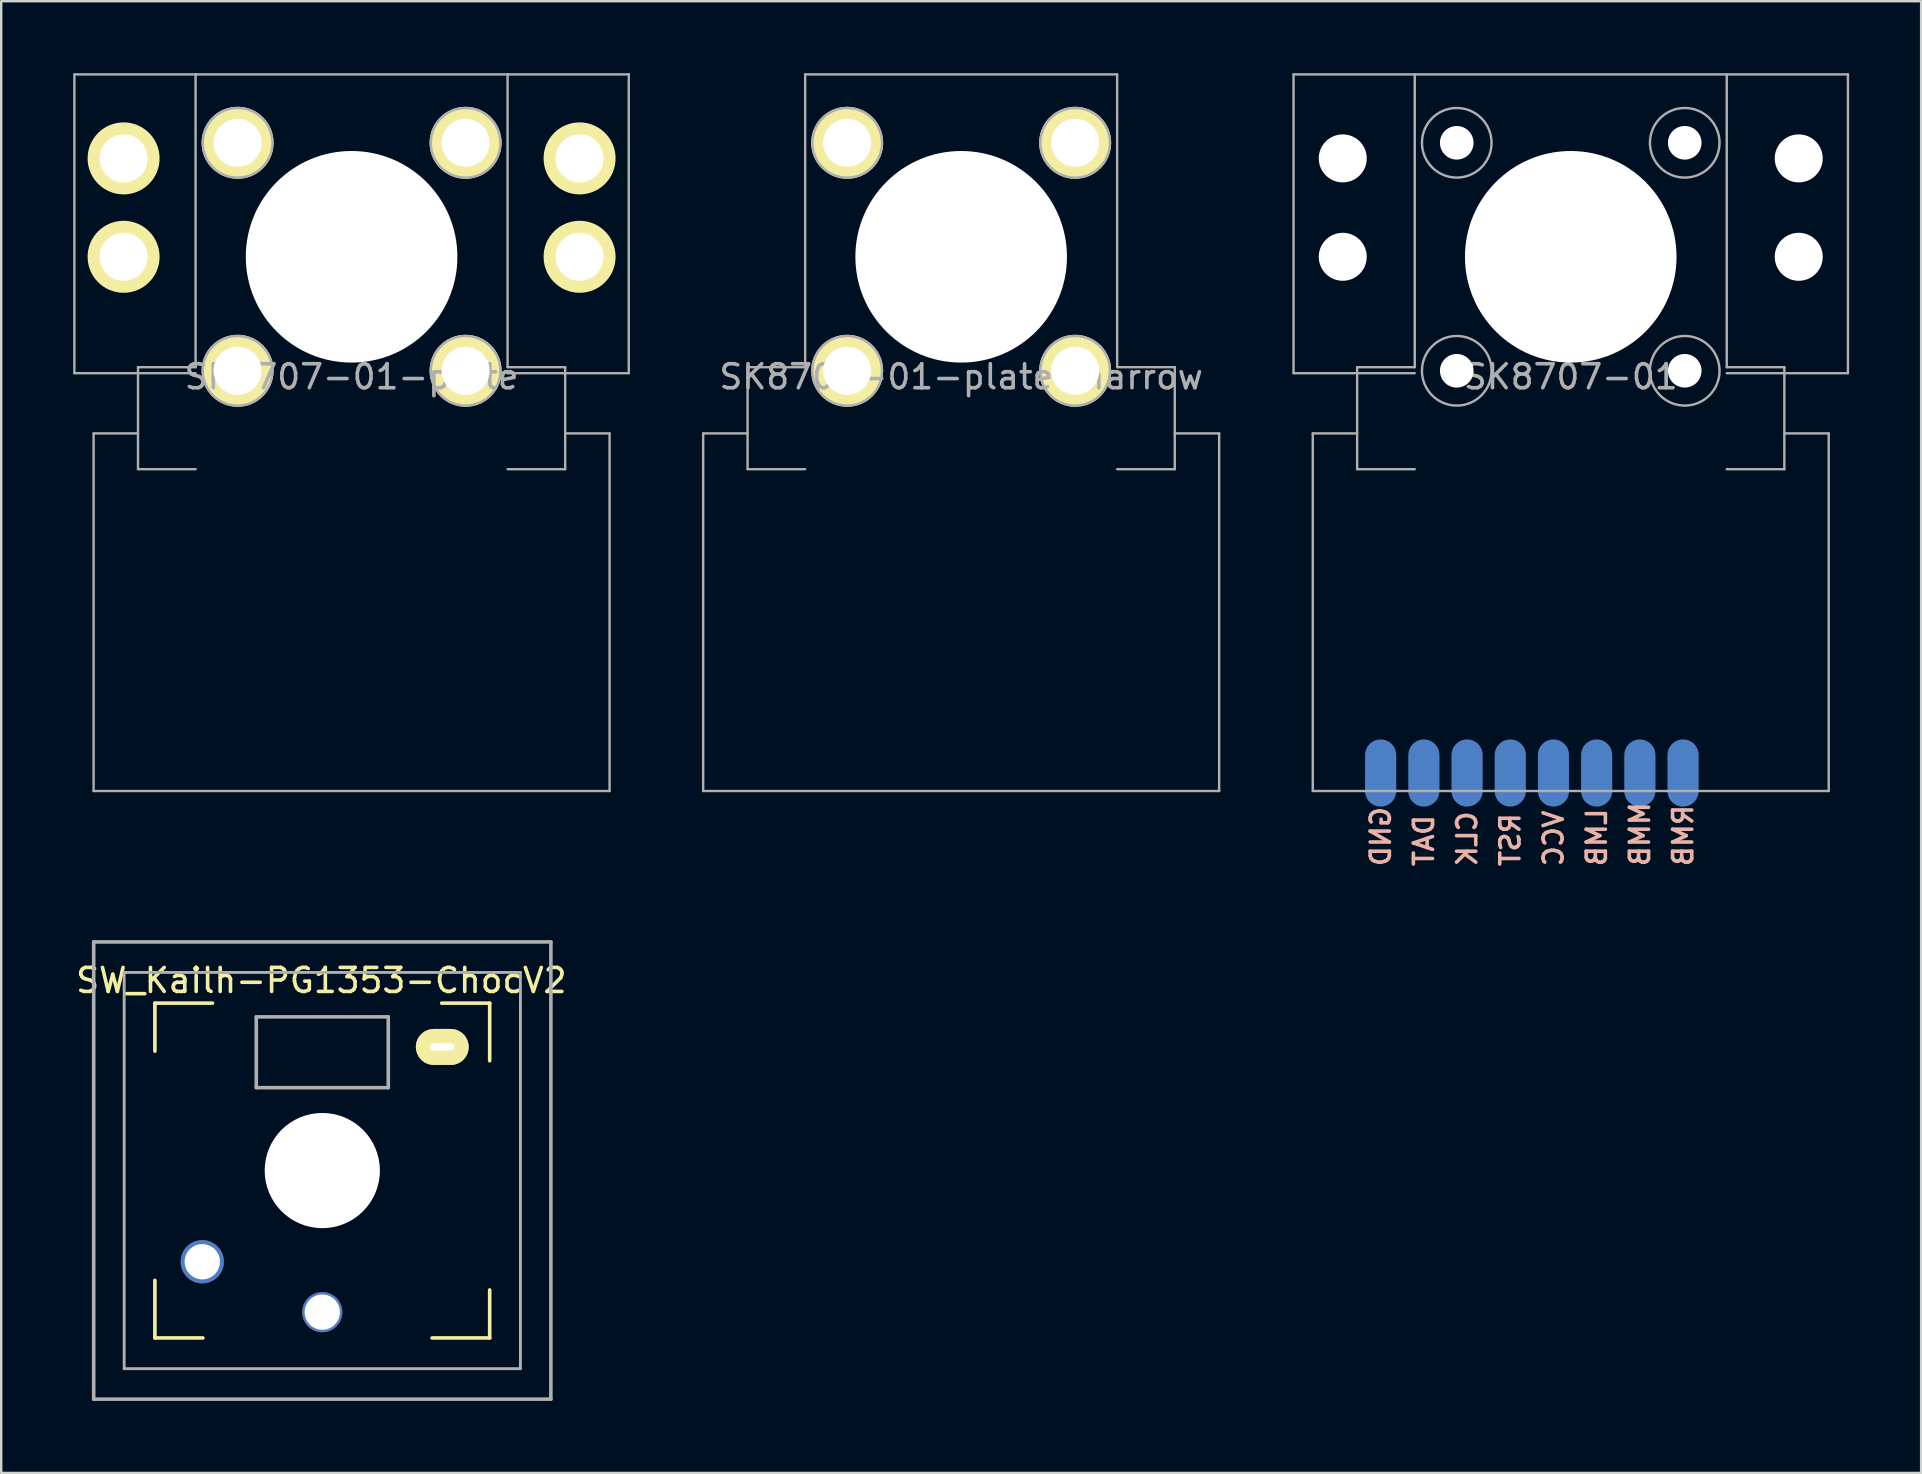
<source format=kicad_pcb>
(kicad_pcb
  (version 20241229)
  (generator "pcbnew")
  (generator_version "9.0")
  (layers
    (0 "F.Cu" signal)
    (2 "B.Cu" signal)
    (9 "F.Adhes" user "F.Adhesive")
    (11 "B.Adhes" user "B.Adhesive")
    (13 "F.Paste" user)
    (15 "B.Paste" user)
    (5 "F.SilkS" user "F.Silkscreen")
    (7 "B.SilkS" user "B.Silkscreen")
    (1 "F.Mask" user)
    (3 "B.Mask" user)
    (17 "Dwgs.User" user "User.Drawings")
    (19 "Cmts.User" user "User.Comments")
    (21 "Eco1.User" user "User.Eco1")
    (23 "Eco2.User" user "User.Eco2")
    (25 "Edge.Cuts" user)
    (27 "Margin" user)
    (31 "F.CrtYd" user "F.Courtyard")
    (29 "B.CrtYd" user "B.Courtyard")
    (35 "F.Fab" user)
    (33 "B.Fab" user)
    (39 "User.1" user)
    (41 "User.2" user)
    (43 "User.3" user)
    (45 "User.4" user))
  (footprint "SK8707-01-plate"
    (layer "F.Cu")
    (at 11.6 7.65)
    (property "Reference" "SK8707-01-plate" (at 0 5 0) (layer "F.Fab") (effects (font (size 1 1) (thickness 0.15))))
    (attr through_hole)
    (fp_line (start -11.55 4.85) (end -11.55 -7.6) (stroke (width 0.1) (type solid)) (layer "F.Fab"))
    (fp_line (start -10.75 22.26) (end -10.75 7.36) (stroke (width 0.1) (type solid)) (layer "F.Fab"))
    (fp_line (start -10.75 22.26) (end 10.75 22.26) (stroke (width 0.1) (type solid)) (layer "F.Fab"))
    (fp_line (start -8.9 4.6) (end -8.9 8.85) (stroke (width 0.1) (type solid)) (layer "F.Fab"))
    (fp_line (start -8.9 7.36) (end -10.75 7.36) (stroke (width 0.1) (type solid)) (layer "F.Fab"))
    (fp_line (start -6.5 4.6) (end -8.9 4.6) (stroke (width 0.1) (type solid)) (layer "F.Fab"))
    (fp_line (start -6.5 4.6) (end -6.5 -7.6) (stroke (width 0.1) (type solid)) (layer "F.Fab"))
    (fp_line (start -6.5 4.85) (end -11.55 4.85) (stroke (width 0.1) (type solid)) (layer "F.Fab"))
    (fp_line (start -6.5 8.85) (end -8.9 8.85) (stroke (width 0.1) (type solid)) (layer "F.Fab"))
    (fp_line (start -1.2 -1.2) (end -1.2 1.2) (stroke (width 0.1) (type solid)) (layer "F.Fab"))
    (fp_line (start 1.2 -1.2) (end -1.2 -1.2) (stroke (width 0.1) (type solid)) (layer "F.Fab"))
    (fp_line (start 1.2 1.2) (end -1.2 1.2) (stroke (width 0.1) (type solid)) (layer "F.Fab"))
    (fp_line (start 1.2 1.2) (end 1.2 -1.2) (stroke (width 0.1) (type solid)) (layer "F.Fab"))
    (fp_line (start 6.5 4.6) (end 6.5 -7.6) (stroke (width 0.1) (type solid)) (layer "F.Fab"))
    (fp_line (start 6.5 4.85) (end 11.55 4.85) (stroke (width 0.1) (type solid)) (layer "F.Fab"))
    (fp_line (start 8.9 4.6) (end 6.5 4.6) (stroke (width 0.1) (type solid)) (layer "F.Fab"))
    (fp_line (start 8.9 4.6) (end 8.9 8.85) (stroke (width 0.1) (type solid)) (layer "F.Fab"))
    (fp_line (start 8.9 7.36) (end 10.75 7.36) (stroke (width 0.1) (type solid)) (layer "F.Fab"))
    (fp_line (start 8.9 8.85) (end 6.5 8.85) (stroke (width 0.1) (type solid)) (layer "F.Fab"))
    (fp_line (start 10.75 22.26) (end 10.75 7.36) (stroke (width 0.1) (type solid)) (layer "F.Fab"))
    (fp_line (start 11.55 -7.6) (end -11.55 -7.6) (stroke (width 0.1) (type solid)) (layer "F.Fab"))
    (fp_line (start 11.55 4.85) (end 11.55 -7.6) (stroke (width 0.1) (type solid)) (layer "F.Fab"))
    (fp_circle (center -4.75 -4.75) (end -3.3 -4.75) (stroke (width 0.1) (type solid)) (fill no) (layer "F.Fab"))
    (fp_circle (center -4.75 4.75) (end -3.3 4.75) (stroke (width 0.1) (type solid)) (fill no) (layer "F.Fab"))
    (fp_circle (center 0 0) (end 3.9 0) (stroke (width 0.1) (type solid)) (fill no) (layer "F.Fab"))
    (fp_circle (center 4.75 -4.75) (end 6.2 -4.75) (stroke (width 0.1) (type solid)) (fill no) (layer "F.Fab"))
    (fp_circle (center 4.75 4.75) (end 6.2 4.75) (stroke (width 0.1) (type solid)) (fill no) (layer "F.Fab"))
    (pad "" np_thru_hole circle (at -9.5 -4.1) (size 2 2) (drill 2) (layers "*.Cu" "*.Mask"))
    (pad "" smd circle (at -9.5 -4.1) (size 3 3) (layers "F.SilkS"))
    (pad "" np_thru_hole circle (at -9.5 0) (size 2 2) (drill 2) (layers "*.Cu" "*.Mask"))
    (pad "" smd circle (at -9.5 0) (size 3 3) (layers "F.SilkS"))
    (pad "" np_thru_hole circle (at -4.75 -4.75) (size 2 2) (drill 2) (layers "*.Cu" "*.Mask"))
    (pad "" smd circle (at -4.75 -4.75) (size 3 3) (layers "F.SilkS"))
    (pad "" np_thru_hole circle (at -4.75 4.75) (size 2 2) (drill 2) (layers "*.Cu" "*.Mask"))
    (pad "" smd circle (at -4.75 4.75) (size 3 3) (layers "F.SilkS"))
    (pad "" np_thru_hole circle (at 0 0) (size 8.816 8.816) (drill 8.816) (layers "*.Cu" "*.Mask"))
    (pad "" np_thru_hole circle (at 4.75 -4.75) (size 2 2) (drill 2) (layers "*.Cu" "*.Mask"))
    (pad "" smd circle (at 4.75 -4.75) (size 3 3) (layers "F.SilkS"))
    (pad "" np_thru_hole circle (at 4.75 4.75) (size 2 2) (drill 2) (layers "*.Cu" "*.Mask"))
    (pad "" smd circle (at 4.75 4.75) (size 3 3) (layers "F.SilkS"))
    (pad "" np_thru_hole circle (at 9.5 -4.1) (size 2 2) (drill 2) (layers "*.Cu" "*.Mask"))
    (pad "" smd circle (at 9.5 -4.1) (size 3 3) (layers "F.SilkS"))
    (pad "" np_thru_hole circle (at 9.5 0) (size 2 2) (drill 2) (layers "*.Cu" "*.Mask"))
    (pad "" smd circle (at 9.5 0) (size 3 3) (layers "F.SilkS")))
  (footprint "SK8707-01-plate-narrow"
    (layer "F.Cu")
    (at 37 7.65)
    (property "Reference" "SK8707-01-plate-narrow" (at 0 5 0) (layer "F.Fab") (effects (font (size 1 1) (thickness 0.15))))
    (attr through_hole)
    (fp_line (start -10.75 22.26) (end -10.75 7.36) (stroke (width 0.1) (type solid)) (layer "F.Fab"))
    (fp_line (start -10.75 22.26) (end 10.75 22.26) (stroke (width 0.1) (type solid)) (layer "F.Fab"))
    (fp_line (start -8.9 4.6) (end -8.9 8.85) (stroke (width 0.1) (type solid)) (layer "F.Fab"))
    (fp_line (start -8.9 7.36) (end -10.75 7.36) (stroke (width 0.1) (type solid)) (layer "F.Fab"))
    (fp_line (start -6.5 4.6) (end -8.9 4.6) (stroke (width 0.1) (type solid)) (layer "F.Fab"))
    (fp_line (start -6.5 4.6) (end -6.5 -7.6) (stroke (width 0.1) (type solid)) (layer "F.Fab"))
    (fp_line (start -6.5 8.85) (end -8.9 8.85) (stroke (width 0.1) (type solid)) (layer "F.Fab"))
    (fp_line (start -1.2 -1.2) (end -1.2 1.2) (stroke (width 0.1) (type solid)) (layer "F.Fab"))
    (fp_line (start 1.2 -1.2) (end -1.2 -1.2) (stroke (width 0.1) (type solid)) (layer "F.Fab"))
    (fp_line (start 1.2 1.2) (end -1.2 1.2) (stroke (width 0.1) (type solid)) (layer "F.Fab"))
    (fp_line (start 1.2 1.2) (end 1.2 -1.2) (stroke (width 0.1) (type solid)) (layer "F.Fab"))
    (fp_line (start 6.5 -7.6) (end -6.5 -7.6) (stroke (width 0.1) (type solid)) (layer "F.Fab"))
    (fp_line (start 6.5 4.6) (end 6.5 -7.6) (stroke (width 0.1) (type solid)) (layer "F.Fab"))
    (fp_line (start 8.9 4.6) (end 6.5 4.6) (stroke (width 0.1) (type solid)) (layer "F.Fab"))
    (fp_line (start 8.9 4.6) (end 8.9 8.85) (stroke (width 0.1) (type solid)) (layer "F.Fab"))
    (fp_line (start 8.9 7.36) (end 10.75 7.36) (stroke (width 0.1) (type solid)) (layer "F.Fab"))
    (fp_line (start 8.9 8.85) (end 6.5 8.85) (stroke (width 0.1) (type solid)) (layer "F.Fab"))
    (fp_line (start 10.75 22.26) (end 10.75 7.36) (stroke (width 0.1) (type solid)) (layer "F.Fab"))
    (fp_circle (center -4.75 -4.75) (end -3.3 -4.75) (stroke (width 0.1) (type solid)) (fill no) (layer "F.Fab"))
    (fp_circle (center -4.75 4.75) (end -3.3 4.75) (stroke (width 0.1) (type solid)) (fill no) (layer "F.Fab"))
    (fp_circle (center 0 0) (end 3.9 0) (stroke (width 0.1) (type solid)) (fill no) (layer "F.Fab"))
    (fp_circle (center 4.75 -4.75) (end 6.2 -4.75) (stroke (width 0.1) (type solid)) (fill no) (layer "F.Fab"))
    (fp_circle (center 4.75 4.75) (end 6.2 4.75) (stroke (width 0.1) (type solid)) (fill no) (layer "F.Fab"))
    (pad "" np_thru_hole circle (at -4.75 -4.75) (size 2 2) (drill 2) (layers "*.Cu" "*.Mask"))
    (pad "" smd circle (at -4.75 -4.75) (size 3 3) (layers "F.SilkS"))
    (pad "" np_thru_hole circle (at -4.75 4.75) (size 2 2) (drill 2) (layers "*.Cu" "*.Mask"))
    (pad "" smd circle (at -4.75 4.75) (size 3 3) (layers "F.SilkS"))
    (pad "" np_thru_hole circle (at 0 0) (size 8.816 8.816) (drill 8.816) (layers "*.Cu" "*.Mask"))
    (pad "" np_thru_hole circle (at 4.75 -4.75) (size 2 2) (drill 2) (layers "*.Cu" "*.Mask"))
    (pad "" smd circle (at 4.75 -4.75) (size 3 3) (layers "F.SilkS"))
    (pad "" np_thru_hole circle (at 4.75 4.75) (size 2 2) (drill 2) (layers "*.Cu" "*.Mask"))
    (pad "" smd circle (at 4.75 4.75) (size 3 3) (layers "F.SilkS")))
  (footprint "SW_Kailh-PG1353-ChocV2"
    (layer "F.Cu")
    (at 10.379 45.725)
    (property "Reference" "SW_Kailh-PG1353-ChocV2" (at -0.04 -7.92 0) (layer "F.SilkS") (effects (font (size 1 1) (thickness 0.15))))
    (attr through_hole)
    (fp_line (start -6.975 -6.975) (end -4.575 -6.975) (stroke (width 0.15) (type solid)) (layer "F.SilkS"))
    (fp_line (start -6.975 -4.975) (end -6.975 -6.975) (stroke (width 0.15) (type solid)) (layer "F.SilkS"))
    (fp_line (start -6.975 6.975) (end -6.975 4.575) (stroke (width 0.15) (type solid)) (layer "F.SilkS"))
    (fp_line (start -4.975 6.975) (end -6.975 6.975) (stroke (width 0.15) (type solid)) (layer "F.SilkS"))
    (fp_line (start 4.975 -6.975) (end 6.975 -6.975) (stroke (width 0.15) (type solid)) (layer "F.SilkS"))
    (fp_line (start 6.975 -6.975) (end 6.975 -4.575) (stroke (width 0.15) (type solid)) (layer "F.SilkS"))
    (fp_line (start 6.975 4.975) (end 6.975 6.975) (stroke (width 0.15) (type solid)) (layer "F.SilkS"))
    (fp_line (start 6.975 6.975) (end 4.575 6.975) (stroke (width 0.15) (type solid)) (layer "F.SilkS"))
    (fp_line (start -9.525 -9.525) (end 9.525 -9.525) (stroke (width 0.15) (type solid)) (layer "F.Fab"))
    (fp_line (start -9.525 9.525) (end -9.525 -9.525) (stroke (width 0.15) (type solid)) (layer "F.Fab"))
    (fp_line (start -8.255 -8.255) (end 8.255 -8.255) (stroke (width 0.12) (type solid)) (layer "F.Fab"))
    (fp_line (start -8.255 8.255) (end -8.255 -8.255) (stroke (width 0.12) (type solid)) (layer "F.Fab"))
    (fp_line (start -2.75 -6.405) (end 2.75 -6.405) (stroke (width 0.15) (type solid)) (layer "F.Fab"))
    (fp_line (start -2.75 -3.455) (end -2.75 -6.405) (stroke (width 0.15) (type solid)) (layer "F.Fab"))
    (fp_line (start -2.75 -3.455) (end 2.75 -3.455) (stroke (width 0.15) (type solid)) (layer "F.Fab"))
    (fp_line (start 2.75 -3.455) (end 2.75 -6.405) (stroke (width 0.15) (type solid)) (layer "F.Fab"))
    (fp_line (start 8.255 -8.255) (end 8.255 8.255) (stroke (width 0.12) (type solid)) (layer "F.Fab"))
    (fp_line (start 8.255 8.255) (end -8.255 8.255) (stroke (width 0.12) (type solid)) (layer "F.Fab"))
    (fp_line (start 9.525 -9.525) (end 9.525 9.525) (stroke (width 0.15) (type solid)) (layer "F.Fab"))
    (fp_line (start 9.525 9.525) (end -9.525 9.525) (stroke (width 0.15) (type solid)) (layer "F.Fab"))
    (pad "" np_thru_hole circle (at 0 0) (size 4.8 4.8) (drill 4.8) (layers "*.Cu" "*.Mask"))
    (pad "" thru_hole oval (at 5 -5.15 180) (size 2.2 1.5) (drill oval 1 0.3) (layers "*.Cu" "B.Mask" "F.SilkS"))
    (pad "1" thru_hole circle (at -5 3.8 180) (size 1.8 1.8) (drill 1.47) (layers "*.Cu" "*.Mask"))
    (pad "2" thru_hole circle (at 0 5.9 180) (size 1.67 1.67) (drill 1.47) (layers "*.Cu" "*.Mask")))
  (footprint "SK8707-01"
    (layer "F.Cu")
    (at 62.4 7.65)
    (property "Reference" "SK8707-01" (at 0 5 0) (layer "F.Fab") (effects (font (size 1 1) (thickness 0.15))))
    (attr through_hole)
    (fp_line (start -11.55 4.85) (end -11.55 -7.6) (stroke (width 0.1) (type solid)) (layer "F.Fab"))
    (fp_line (start -10.75 22.26) (end -10.75 7.36) (stroke (width 0.1) (type solid)) (layer "F.Fab"))
    (fp_line (start -10.75 22.26) (end 10.75 22.26) (stroke (width 0.1) (type solid)) (layer "F.Fab"))
    (fp_line (start -8.9 4.6) (end -8.9 8.85) (stroke (width 0.1) (type solid)) (layer "F.Fab"))
    (fp_line (start -8.9 7.36) (end -10.75 7.36) (stroke (width 0.1) (type solid)) (layer "F.Fab"))
    (fp_line (start -6.5 4.6) (end -8.9 4.6) (stroke (width 0.1) (type solid)) (layer "F.Fab"))
    (fp_line (start -6.5 4.6) (end -6.5 -7.6) (stroke (width 0.1) (type solid)) (layer "F.Fab"))
    (fp_line (start -6.5 4.85) (end -11.55 4.85) (stroke (width 0.1) (type solid)) (layer "F.Fab"))
    (fp_line (start -6.5 8.85) (end -8.9 8.85) (stroke (width 0.1) (type solid)) (layer "F.Fab"))
    (fp_line (start -1.2 -1.2) (end -1.2 1.2) (stroke (width 0.1) (type solid)) (layer "F.Fab"))
    (fp_line (start 1.2 -1.2) (end -1.2 -1.2) (stroke (width 0.1) (type solid)) (layer "F.Fab"))
    (fp_line (start 1.2 1.2) (end -1.2 1.2) (stroke (width 0.1) (type solid)) (layer "F.Fab"))
    (fp_line (start 1.2 1.2) (end 1.2 -1.2) (stroke (width 0.1) (type solid)) (layer "F.Fab"))
    (fp_line (start 6.5 4.6) (end 6.5 -7.6) (stroke (width 0.1) (type solid)) (layer "F.Fab"))
    (fp_line (start 6.5 4.85) (end 11.55 4.85) (stroke (width 0.1) (type solid)) (layer "F.Fab"))
    (fp_line (start 8.9 4.6) (end 6.5 4.6) (stroke (width 0.1) (type solid)) (layer "F.Fab"))
    (fp_line (start 8.9 4.6) (end 8.9 8.85) (stroke (width 0.1) (type solid)) (layer "F.Fab"))
    (fp_line (start 8.9 7.36) (end 10.75 7.36) (stroke (width 0.1) (type solid)) (layer "F.Fab"))
    (fp_line (start 8.9 8.85) (end 6.5 8.85) (stroke (width 0.1) (type solid)) (layer "F.Fab"))
    (fp_line (start 10.75 22.26) (end 10.75 7.36) (stroke (width 0.1) (type solid)) (layer "F.Fab"))
    (fp_line (start 11.55 -7.6) (end -11.55 -7.6) (stroke (width 0.1) (type solid)) (layer "F.Fab"))
    (fp_line (start 11.55 4.85) (end 11.55 -7.6) (stroke (width 0.1) (type solid)) (layer "F.Fab"))
    (fp_circle (center -4.75 -4.75) (end -3.3 -4.75) (stroke (width 0.1) (type solid)) (fill no) (layer "F.Fab"))
    (fp_circle (center -4.75 4.75) (end -3.3 4.75) (stroke (width 0.1) (type solid)) (fill no) (layer "F.Fab"))
    (fp_circle (center 0 0) (end 3.9 0) (stroke (width 0.1) (type solid)) (fill no) (layer "F.Fab"))
    (fp_circle (center 4.75 -4.75) (end 6.2 -4.75) (stroke (width 0.1) (type solid)) (fill no) (layer "F.Fab"))
    (fp_circle (center 4.75 4.75) (end 6.2 4.75) (stroke (width 0.1) (type solid)) (fill no) (layer "F.Fab"))
    (fp_text user "VCC" (at -0.72 25.475 90) (layer "B.SilkS") (effects (font (size 0.8 0.8) (thickness 0.15)) (justify right mirror)))
    (fp_text user "RST" (at -2.52 25.475 90) (layer "B.SilkS") (effects (font (size 0.8 0.8) (thickness 0.15)) (justify right mirror)))
    (fp_text user "MMB" (at 2.88 25.475 90) (layer "B.SilkS") (effects (font (size 0.8 0.8) (thickness 0.15)) (justify right mirror)))
    (fp_text user "RMB" (at 4.68 25.475 90) (layer "B.SilkS") (effects (font (size 0.8 0.8) (thickness 0.15)) (justify right mirror)))
    (fp_text user "LMB" (at 1.08 25.475 90) (layer "B.SilkS") (effects (font (size 0.8 0.8) (thickness 0.15)) (justify right mirror)))
    (fp_text user "CLK" (at -4.32 25.475 90) (layer "B.SilkS") (effects (font (size 0.8 0.8) (thickness 0.15)) (justify right mirror)))
    (fp_text user "GND" (at -7.92 25.475 90) (layer "B.SilkS") (effects (font (size 0.8 0.8) (thickness 0.15)) (justify right mirror)))
    (fp_text user "DAT" (at -6.12 25.475 90) (layer "B.SilkS") (effects (font (size 0.8 0.8) (thickness 0.15)) (justify right mirror)))
    (pad "" np_thru_hole circle (at -9.5 -4.1) (size 2 2) (drill 2) (layers "*.Cu" "*.Mask"))
    (pad "" np_thru_hole circle (at -9.5 0) (size 2 2) (drill 2) (layers "*.Cu" "*.Mask"))
    (pad "" np_thru_hole circle (at -4.75 -4.75) (size 1.4 1.4) (drill 1.4) (layers "*.Cu" "*.Mask"))
    (pad "" np_thru_hole circle (at -4.75 4.75) (size 1.4 1.4) (drill 1.4) (layers "*.Cu" "*.Mask"))
    (pad "" np_thru_hole circle (at 0 0) (size 8.816 8.816) (drill 8.816) (layers "*.Cu" "*.Mask"))
    (pad "" np_thru_hole circle (at 4.75 -4.75) (size 1.4 1.4) (drill 1.4) (layers "*.Cu" "*.Mask"))
    (pad "" np_thru_hole circle (at 4.75 4.75) (size 1.4 1.4) (drill 1.4) (layers "*.Cu" "*.Mask"))
    (pad "" np_thru_hole circle (at 9.5 -4.1) (size 2 2) (drill 2) (layers "*.Cu" "*.Mask"))
    (pad "" np_thru_hole circle (at 9.5 0) (size 2 2) (drill 2) (layers "*.Cu" "*.Mask"))
    (pad "1" smd oval (at -7.92 22.26) (size 1.3 2.8) (drill (offset 0 -0.75)) (layers "B.Cu" "B.Mask" "B.Paste"))
    (pad "2" smd oval (at -6.12 22.26) (size 1.3 2.8) (drill (offset 0 -0.75)) (layers "B.Cu" "B.Mask" "B.Paste"))
    (pad "3" smd oval (at -4.32 22.26) (size 1.3 2.8) (drill (offset 0 -0.75)) (layers "B.Cu" "B.Mask" "B.Paste"))
    (pad "4" smd oval (at -2.52 22.26) (size 1.3 2.8) (drill (offset 0 -0.75)) (layers "B.Cu" "B.Mask" "B.Paste"))
    (pad "5" smd oval (at -0.72 22.26) (size 1.3 2.8) (drill (offset 0 -0.75)) (layers "B.Cu" "B.Mask" "B.Paste"))
    (pad "6" smd oval (at 1.08 22.26) (size 1.3 2.8) (drill (offset 0 -0.75)) (layers "B.Cu" "B.Mask" "B.Paste"))
    (pad "7" smd oval (at 2.88 22.26) (size 1.3 2.8) (drill (offset 0 -0.75)) (layers "B.Cu" "B.Mask" "B.Paste"))
    (pad "8" smd oval (at 4.68 22.26) (size 1.3 2.8) (drill (offset 0 -0.75)) (layers "B.Cu" "B.Mask" "B.Paste")))
  (gr_rect
    (start -3 -3)
    (end 77 58.325)
    (stroke (width 0.1) (type default))
    (fill no)
    (layer "Edge.Cuts")))
</source>
